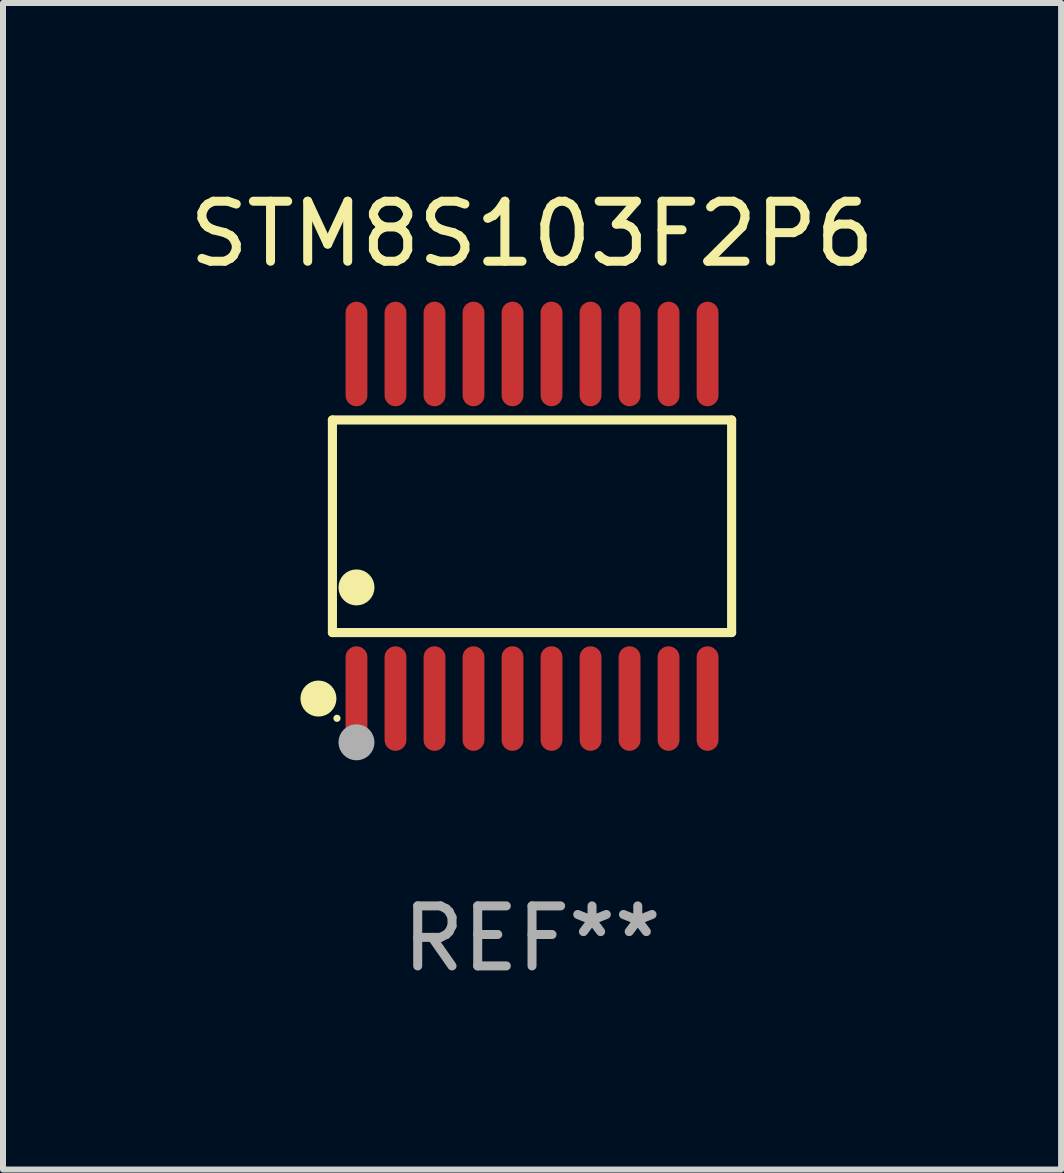
<source format=kicad_pcb>
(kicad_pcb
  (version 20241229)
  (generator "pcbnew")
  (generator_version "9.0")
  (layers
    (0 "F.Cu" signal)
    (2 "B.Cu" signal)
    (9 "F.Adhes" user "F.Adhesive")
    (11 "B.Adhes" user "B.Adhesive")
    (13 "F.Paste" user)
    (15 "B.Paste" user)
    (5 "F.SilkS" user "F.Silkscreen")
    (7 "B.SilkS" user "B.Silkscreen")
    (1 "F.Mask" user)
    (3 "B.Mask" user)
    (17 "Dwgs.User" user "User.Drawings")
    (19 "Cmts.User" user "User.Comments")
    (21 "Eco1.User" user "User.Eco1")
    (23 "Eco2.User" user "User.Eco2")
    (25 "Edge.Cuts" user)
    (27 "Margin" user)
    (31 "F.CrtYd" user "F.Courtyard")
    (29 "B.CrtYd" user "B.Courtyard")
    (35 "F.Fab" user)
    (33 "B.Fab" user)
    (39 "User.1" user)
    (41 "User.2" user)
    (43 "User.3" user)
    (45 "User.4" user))
  (footprint "STM8S103F2P6"
    (layer "F.Cu")
    (at 5.815 5.719)
    (property "Reference" "STM8S103F2P6" (at 0 -4.871 0) (layer "F.SilkS") (effects (font (size 1 1) (thickness 0.15))))
    (attr through_hole)
    (fp_line (start -3.326 -1.771) (end 3.326 -1.771) (stroke (width 0.152) (type solid)) (layer "F.SilkS"))
    (fp_line (start -3.326 1.771) (end -3.326 -1.771) (stroke (width 0.152) (type solid)) (layer "F.SilkS"))
    (fp_line (start 3.326 -1.771) (end 3.326 1.771) (stroke (width 0.152) (type solid)) (layer "F.SilkS"))
    (fp_line (start 3.326 1.771) (end -3.326 1.771) (stroke (width 0.152) (type solid)) (layer "F.SilkS"))
    (fp_circle (center -3.559 2.871) (end -3.409 2.871) (stroke (width 0.3) (type solid)) (fill no) (layer "F.SilkS"))
    (fp_circle (center -3.25 3.2) (end -3.22 3.2) (stroke (width 0.06) (type solid)) (fill no) (layer "F.SilkS"))
    (fp_circle (center -2.925 1.019) (end -2.775 1.019) (stroke (width 0.3) (type solid)) (fill no) (layer "F.SilkS"))
    (fp_circle (center -2.925 3.6) (end -2.775 3.6) (stroke (width 0.3) (type solid)) (fill no) (layer "F.Fab"))
    (fp_text user "REF**" (at 0 6.871 0) (layer "F.Fab") (effects (font (size 1 1) (thickness 0.15))))
    (pad "1" smd oval (at -2.925 2.871) (size 0.364 1.742) (layers "F.Cu" "F.Mask" "F.Paste"))
    (pad "2" smd oval (at -2.275 2.871) (size 0.364 1.742) (layers "F.Cu" "F.Mask" "F.Paste"))
    (pad "3" smd oval (at -1.625 2.871) (size 0.364 1.742) (layers "F.Cu" "F.Mask" "F.Paste"))
    (pad "4" smd oval (at -0.975 2.871) (size 0.364 1.742) (layers "F.Cu" "F.Mask" "F.Paste"))
    (pad "5" smd oval (at -0.325 2.871) (size 0.364 1.742) (layers "F.Cu" "F.Mask" "F.Paste"))
    (pad "6" smd oval (at 0.325 2.871) (size 0.364 1.742) (layers "F.Cu" "F.Mask" "F.Paste"))
    (pad "7" smd oval (at 0.975 2.871) (size 0.364 1.742) (layers "F.Cu" "F.Mask" "F.Paste"))
    (pad "8" smd oval (at 1.625 2.871) (size 0.364 1.742) (layers "F.Cu" "F.Mask" "F.Paste"))
    (pad "9" smd oval (at 2.275 2.871) (size 0.364 1.742) (layers "F.Cu" "F.Mask" "F.Paste"))
    (pad "10" smd oval (at 2.925 2.871) (size 0.364 1.742) (layers "F.Cu" "F.Mask" "F.Paste"))
    (pad "11" smd oval (at 2.925 -2.871) (size 0.364 1.742) (layers "F.Cu" "F.Mask" "F.Paste"))
    (pad "12" smd oval (at 2.275 -2.871) (size 0.364 1.742) (layers "F.Cu" "F.Mask" "F.Paste"))
    (pad "13" smd oval (at 1.625 -2.871) (size 0.364 1.742) (layers "F.Cu" "F.Mask" "F.Paste"))
    (pad "14" smd oval (at 0.975 -2.871) (size 0.364 1.742) (layers "F.Cu" "F.Mask" "F.Paste"))
    (pad "15" smd oval (at 0.325 -2.871) (size 0.364 1.742) (layers "F.Cu" "F.Mask" "F.Paste"))
    (pad "16" smd oval (at -0.325 -2.871) (size 0.364 1.742) (layers "F.Cu" "F.Mask" "F.Paste"))
    (pad "17" smd oval (at -0.975 -2.871) (size 0.364 1.742) (layers "F.Cu" "F.Mask" "F.Paste"))
    (pad "18" smd oval (at -1.625 -2.871) (size 0.364 1.742) (layers "F.Cu" "F.Mask" "F.Paste"))
    (pad "19" smd oval (at -2.275 -2.871) (size 0.364 1.742) (layers "F.Cu" "F.Mask" "F.Paste"))
    (pad "20" smd oval (at -2.925 -2.871) (size 0.364 1.742) (layers "F.Cu" "F.Mask" "F.Paste")))
  (gr_rect
    (start -3 -3)
    (end 14.631 16.438)
    (stroke (width 0.1) (type default))
    (fill no)
    (layer "Edge.Cuts")))
</source>
